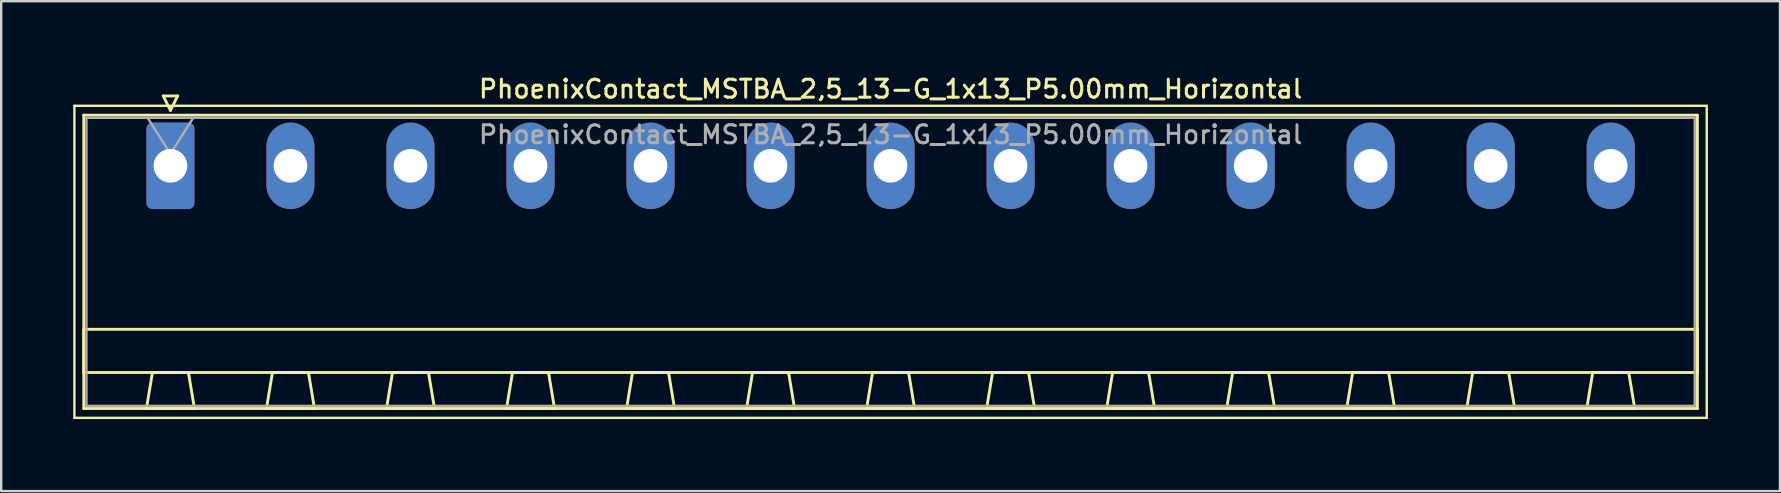
<source format=kicad_pcb>
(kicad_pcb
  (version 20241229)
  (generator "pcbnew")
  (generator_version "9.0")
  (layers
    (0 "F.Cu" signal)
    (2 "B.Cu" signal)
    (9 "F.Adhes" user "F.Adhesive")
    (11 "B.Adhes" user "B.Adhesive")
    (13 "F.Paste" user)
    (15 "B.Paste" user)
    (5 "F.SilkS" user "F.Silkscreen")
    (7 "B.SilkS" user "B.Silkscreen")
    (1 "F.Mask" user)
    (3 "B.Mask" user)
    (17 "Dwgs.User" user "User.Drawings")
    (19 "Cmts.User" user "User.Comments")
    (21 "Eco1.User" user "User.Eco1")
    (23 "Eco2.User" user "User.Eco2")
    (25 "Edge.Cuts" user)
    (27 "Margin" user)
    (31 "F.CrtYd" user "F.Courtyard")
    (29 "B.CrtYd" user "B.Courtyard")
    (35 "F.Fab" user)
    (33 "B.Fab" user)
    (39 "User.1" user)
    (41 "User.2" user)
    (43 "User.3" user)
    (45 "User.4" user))
  (footprint "PhoenixContact_MSTBA_2,5_13-G_1x13_P5.00mm_Horizontal"
    (layer "F.Cu")
    (at 4.05 3.858)
    (property "Reference" "PhoenixContact_MSTBA_2,5_13-G_1x13_P5.00mm_Horizontal" (at 30 -3.2 0) (layer "F.SilkS") (effects (font (size 0.75 0.75) (thickness 0.125))))
    (attr through_hole)
    (fp_line (start -4 -2.5) (end -4 10.5) (stroke (width 0.1) (type solid)) (layer "F.SilkS"))
    (fp_line (start -4 10.5) (end 64 10.5) (stroke (width 0.1) (type solid)) (layer "F.SilkS"))
    (fp_line (start -3.61 -2.11) (end -3.61 10.11) (stroke (width 0.12) (type solid)) (layer "F.SilkS"))
    (fp_line (start -3.61 6.81) (end 63.61 6.81) (stroke (width 0.12) (type solid)) (layer "F.SilkS"))
    (fp_line (start -3.61 8.61) (end -3.61 6.81) (stroke (width 0.12) (type solid)) (layer "F.SilkS"))
    (fp_line (start -3.61 10.11) (end 63.61 10.11) (stroke (width 0.12) (type solid)) (layer "F.SilkS"))
    (fp_line (start -1 10.11) (end 1 10.11) (stroke (width 0.12) (type solid)) (layer "F.SilkS"))
    (fp_line (start -0.75 8.61) (end -1 10.11) (stroke (width 0.12) (type solid)) (layer "F.SilkS"))
    (fp_line (start -0.3 -2.91) (end 0.3 -2.91) (stroke (width 0.12) (type solid)) (layer "F.SilkS"))
    (fp_line (start 0 -2.31) (end -0.3 -2.91) (stroke (width 0.12) (type solid)) (layer "F.SilkS"))
    (fp_line (start 0.3 -2.91) (end 0 -2.31) (stroke (width 0.12) (type solid)) (layer "F.SilkS"))
    (fp_line (start 0.75 8.61) (end -0.75 8.61) (stroke (width 0.12) (type solid)) (layer "F.SilkS"))
    (fp_line (start 1 10.11) (end 0.75 8.61) (stroke (width 0.12) (type solid)) (layer "F.SilkS"))
    (fp_line (start 4 10.11) (end 6 10.11) (stroke (width 0.12) (type solid)) (layer "F.SilkS"))
    (fp_line (start 4.25 8.61) (end 4 10.11) (stroke (width 0.12) (type solid)) (layer "F.SilkS"))
    (fp_line (start 5.75 8.61) (end 4.25 8.61) (stroke (width 0.12) (type solid)) (layer "F.SilkS"))
    (fp_line (start 6 10.11) (end 5.75 8.61) (stroke (width 0.12) (type solid)) (layer "F.SilkS"))
    (fp_line (start 9 10.11) (end 11 10.11) (stroke (width 0.12) (type solid)) (layer "F.SilkS"))
    (fp_line (start 9.25 8.61) (end 9 10.11) (stroke (width 0.12) (type solid)) (layer "F.SilkS"))
    (fp_line (start 10.75 8.61) (end 9.25 8.61) (stroke (width 0.12) (type solid)) (layer "F.SilkS"))
    (fp_line (start 11 10.11) (end 10.75 8.61) (stroke (width 0.12) (type solid)) (layer "F.SilkS"))
    (fp_line (start 14 10.11) (end 16 10.11) (stroke (width 0.12) (type solid)) (layer "F.SilkS"))
    (fp_line (start 14.25 8.61) (end 14 10.11) (stroke (width 0.12) (type solid)) (layer "F.SilkS"))
    (fp_line (start 15.75 8.61) (end 14.25 8.61) (stroke (width 0.12) (type solid)) (layer "F.SilkS"))
    (fp_line (start 16 10.11) (end 15.75 8.61) (stroke (width 0.12) (type solid)) (layer "F.SilkS"))
    (fp_line (start 19 10.11) (end 21 10.11) (stroke (width 0.12) (type solid)) (layer "F.SilkS"))
    (fp_line (start 19.25 8.61) (end 19 10.11) (stroke (width 0.12) (type solid)) (layer "F.SilkS"))
    (fp_line (start 20.75 8.61) (end 19.25 8.61) (stroke (width 0.12) (type solid)) (layer "F.SilkS"))
    (fp_line (start 21 10.11) (end 20.75 8.61) (stroke (width 0.12) (type solid)) (layer "F.SilkS"))
    (fp_line (start 24 10.11) (end 26 10.11) (stroke (width 0.12) (type solid)) (layer "F.SilkS"))
    (fp_line (start 24.25 8.61) (end 24 10.11) (stroke (width 0.12) (type solid)) (layer "F.SilkS"))
    (fp_line (start 25.75 8.61) (end 24.25 8.61) (stroke (width 0.12) (type solid)) (layer "F.SilkS"))
    (fp_line (start 26 10.11) (end 25.75 8.61) (stroke (width 0.12) (type solid)) (layer "F.SilkS"))
    (fp_line (start 29 10.11) (end 31 10.11) (stroke (width 0.12) (type solid)) (layer "F.SilkS"))
    (fp_line (start 29.25 8.61) (end 29 10.11) (stroke (width 0.12) (type solid)) (layer "F.SilkS"))
    (fp_line (start 30.75 8.61) (end 29.25 8.61) (stroke (width 0.12) (type solid)) (layer "F.SilkS"))
    (fp_line (start 31 10.11) (end 30.75 8.61) (stroke (width 0.12) (type solid)) (layer "F.SilkS"))
    (fp_line (start 34 10.11) (end 36 10.11) (stroke (width 0.12) (type solid)) (layer "F.SilkS"))
    (fp_line (start 34.25 8.61) (end 34 10.11) (stroke (width 0.12) (type solid)) (layer "F.SilkS"))
    (fp_line (start 35.75 8.61) (end 34.25 8.61) (stroke (width 0.12) (type solid)) (layer "F.SilkS"))
    (fp_line (start 36 10.11) (end 35.75 8.61) (stroke (width 0.12) (type solid)) (layer "F.SilkS"))
    (fp_line (start 39 10.11) (end 41 10.11) (stroke (width 0.12) (type solid)) (layer "F.SilkS"))
    (fp_line (start 39.25 8.61) (end 39 10.11) (stroke (width 0.12) (type solid)) (layer "F.SilkS"))
    (fp_line (start 40.75 8.61) (end 39.25 8.61) (stroke (width 0.12) (type solid)) (layer "F.SilkS"))
    (fp_line (start 41 10.11) (end 40.75 8.61) (stroke (width 0.12) (type solid)) (layer "F.SilkS"))
    (fp_line (start 44 10.11) (end 46 10.11) (stroke (width 0.12) (type solid)) (layer "F.SilkS"))
    (fp_line (start 44.25 8.61) (end 44 10.11) (stroke (width 0.12) (type solid)) (layer "F.SilkS"))
    (fp_line (start 45.75 8.61) (end 44.25 8.61) (stroke (width 0.12) (type solid)) (layer "F.SilkS"))
    (fp_line (start 46 10.11) (end 45.75 8.61) (stroke (width 0.12) (type solid)) (layer "F.SilkS"))
    (fp_line (start 49 10.11) (end 51 10.11) (stroke (width 0.12) (type solid)) (layer "F.SilkS"))
    (fp_line (start 49.25 8.61) (end 49 10.11) (stroke (width 0.12) (type solid)) (layer "F.SilkS"))
    (fp_line (start 50.75 8.61) (end 49.25 8.61) (stroke (width 0.12) (type solid)) (layer "F.SilkS"))
    (fp_line (start 51 10.11) (end 50.75 8.61) (stroke (width 0.12) (type solid)) (layer "F.SilkS"))
    (fp_line (start 54 10.11) (end 56 10.11) (stroke (width 0.12) (type solid)) (layer "F.SilkS"))
    (fp_line (start 54.25 8.61) (end 54 10.11) (stroke (width 0.12) (type solid)) (layer "F.SilkS"))
    (fp_line (start 55.75 8.61) (end 54.25 8.61) (stroke (width 0.12) (type solid)) (layer "F.SilkS"))
    (fp_line (start 56 10.11) (end 55.75 8.61) (stroke (width 0.12) (type solid)) (layer "F.SilkS"))
    (fp_line (start 59 10.11) (end 61 10.11) (stroke (width 0.12) (type solid)) (layer "F.SilkS"))
    (fp_line (start 59.25 8.61) (end 59 10.11) (stroke (width 0.12) (type solid)) (layer "F.SilkS"))
    (fp_line (start 60.75 8.61) (end 59.25 8.61) (stroke (width 0.12) (type solid)) (layer "F.SilkS"))
    (fp_line (start 61 10.11) (end 60.75 8.61) (stroke (width 0.12) (type solid)) (layer "F.SilkS"))
    (fp_line (start 63.61 -2.11) (end -3.61 -2.11) (stroke (width 0.12) (type solid)) (layer "F.SilkS"))
    (fp_line (start 63.61 6.81) (end 63.61 8.61) (stroke (width 0.12) (type solid)) (layer "F.SilkS"))
    (fp_line (start 63.61 8.61) (end -3.61 8.61) (stroke (width 0.12) (type solid)) (layer "F.SilkS"))
    (fp_line (start 63.61 10.11) (end 63.61 -2.11) (stroke (width 0.12) (type solid)) (layer "F.SilkS"))
    (fp_line (start 64 -2.5) (end -4 -2.5) (stroke (width 0.1) (type solid)) (layer "F.SilkS"))
    (fp_line (start 64 10.5) (end 64 -2.5) (stroke (width 0.1) (type solid)) (layer "F.SilkS"))
    (fp_line (start -3.5 -2) (end -3.5 10) (stroke (width 0.1) (type solid)) (layer "F.Fab"))
    (fp_line (start -3.5 10) (end 63.5 10) (stroke (width 0.1) (type solid)) (layer "F.Fab"))
    (fp_line (start 0 -0.5) (end -0.95 -2) (stroke (width 0.1) (type solid)) (layer "F.Fab"))
    (fp_line (start 0.95 -2) (end 0 -0.5) (stroke (width 0.1) (type solid)) (layer "F.Fab"))
    (fp_line (start 63.5 -2) (end -3.5 -2) (stroke (width 0.1) (type solid)) (layer "F.Fab"))
    (fp_line (start 63.5 10) (end 63.5 -2) (stroke (width 0.1) (type solid)) (layer "F.Fab"))
    (fp_text user "${REFERENCE}" (at 30 -1.3 0) (layer "F.Fab") (effects (font (size 0.75 0.75) (thickness 0.125))))
    (pad "1" thru_hole roundrect (at 0 0) (size 2 3.6) (drill 1.4) (layers "*.Cu" "*.Mask") (roundrect_rratio 0.125))
    (pad "2" thru_hole oval (at 5 0) (size 2 3.6) (drill 1.4) (layers "*.Cu" "*.Mask"))
    (pad "3" thru_hole oval (at 10 0) (size 2 3.6) (drill 1.4) (layers "*.Cu" "*.Mask"))
    (pad "4" thru_hole oval (at 15 0) (size 2 3.6) (drill 1.4) (layers "*.Cu" "*.Mask"))
    (pad "5" thru_hole oval (at 20 0) (size 2 3.6) (drill 1.4) (layers "*.Cu" "*.Mask"))
    (pad "6" thru_hole oval (at 25 0) (size 2 3.6) (drill 1.4) (layers "*.Cu" "*.Mask"))
    (pad "7" thru_hole oval (at 30 0) (size 2 3.6) (drill 1.4) (layers "*.Cu" "*.Mask"))
    (pad "8" thru_hole oval (at 35 0) (size 2 3.6) (drill 1.4) (layers "*.Cu" "*.Mask"))
    (pad "9" thru_hole oval (at 40 0) (size 2 3.6) (drill 1.4) (layers "*.Cu" "*.Mask"))
    (pad "10" thru_hole oval (at 45 0) (size 2 3.6) (drill 1.4) (layers "*.Cu" "*.Mask"))
    (pad "11" thru_hole oval (at 50 0) (size 2 3.6) (drill 1.4) (layers "*.Cu" "*.Mask"))
    (pad "12" thru_hole oval (at 55 0) (size 2 3.6) (drill 1.4) (layers "*.Cu" "*.Mask"))
    (pad "13" thru_hole oval (at 60 0) (size 2 3.6) (drill 1.4) (layers "*.Cu" "*.Mask")))
  (gr_rect
    (start -3 -3)
    (end 71.1 17.408)
    (stroke (width 0.1) (type default))
    (fill no)
    (layer "Edge.Cuts")))
</source>
